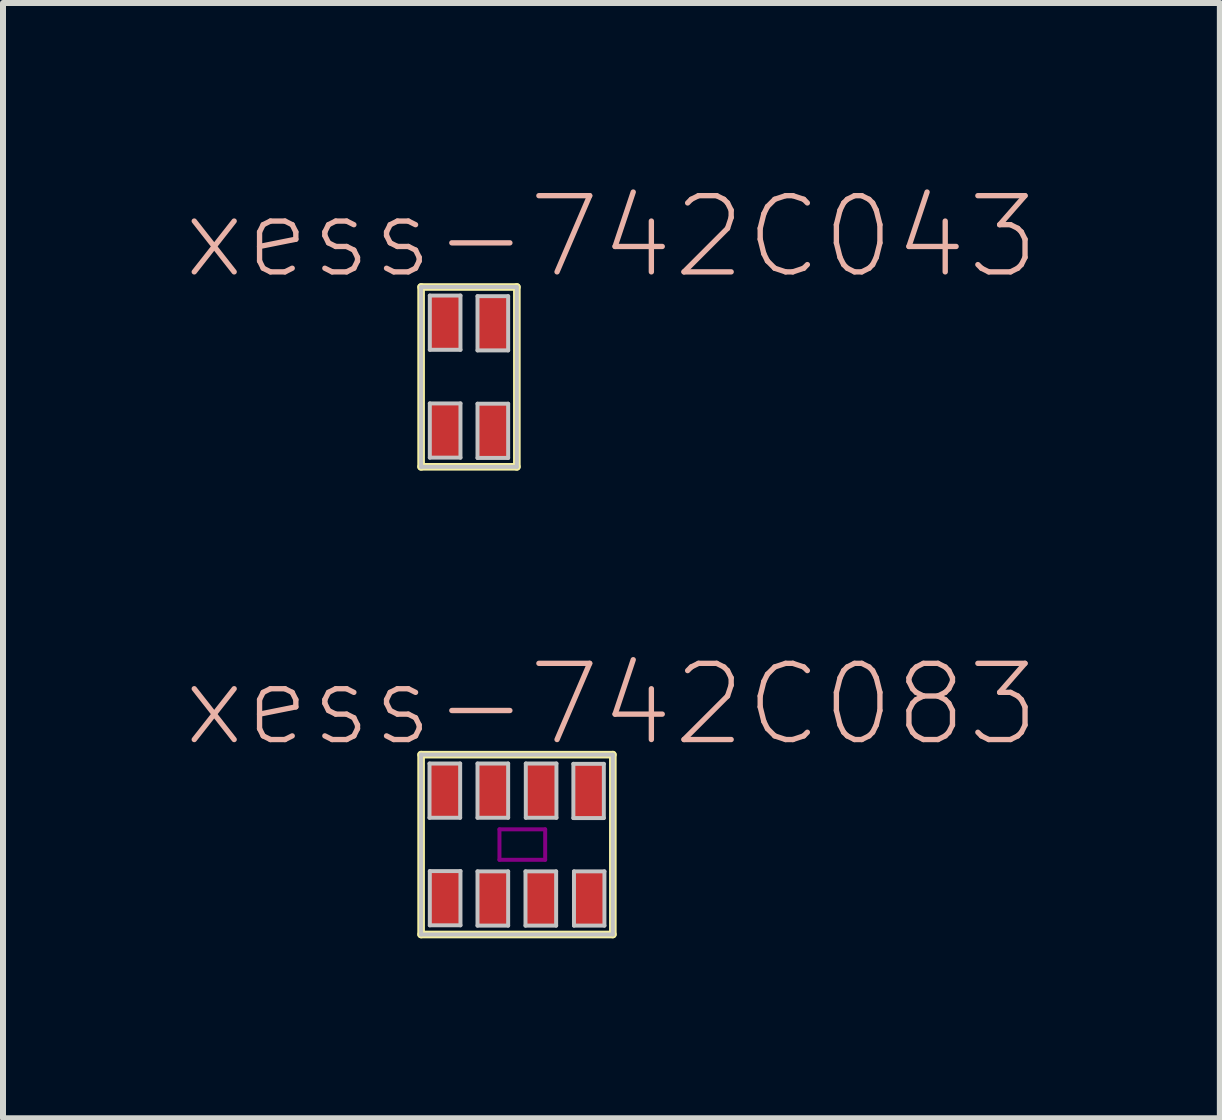
<source format=kicad_pcb>
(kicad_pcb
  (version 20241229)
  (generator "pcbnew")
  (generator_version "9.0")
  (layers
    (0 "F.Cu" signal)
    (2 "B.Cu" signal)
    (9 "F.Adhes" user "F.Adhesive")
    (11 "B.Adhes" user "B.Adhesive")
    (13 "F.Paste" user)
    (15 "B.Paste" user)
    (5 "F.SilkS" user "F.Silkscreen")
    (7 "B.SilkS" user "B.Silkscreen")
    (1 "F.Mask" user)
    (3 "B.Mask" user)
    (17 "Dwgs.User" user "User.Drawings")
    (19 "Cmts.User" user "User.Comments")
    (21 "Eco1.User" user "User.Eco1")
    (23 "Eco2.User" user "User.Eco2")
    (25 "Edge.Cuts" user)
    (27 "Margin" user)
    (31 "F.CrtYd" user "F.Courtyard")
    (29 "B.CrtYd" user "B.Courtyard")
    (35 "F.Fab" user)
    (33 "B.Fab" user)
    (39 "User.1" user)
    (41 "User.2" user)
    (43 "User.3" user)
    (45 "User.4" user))
  (footprint "xess-742C043"
    (layer "F.Cu")
    (at 4.768 3.233)
    (property "Reference" "xess-742C043" (at 2.375 -2.334 0) (layer "B.SilkS") (effects (font (size 1.27 1.27) (thickness 0.089))))
    (attr smd)
    (fp_line (start -0.798 -1.499) (end 0.798 -1.499) (stroke (width 0.127) (type solid)) (layer "F.SilkS"))
    (fp_line (start -0.798 1.499) (end -0.798 -1.499) (stroke (width 0.127) (type solid)) (layer "F.SilkS"))
    (fp_line (start 0.798 -1.499) (end 0.798 1.499) (stroke (width 0.127) (type solid)) (layer "F.SilkS"))
    (fp_line (start 0.798 1.499) (end -0.798 1.499) (stroke (width 0.127) (type solid)) (layer "F.SilkS"))
    (fp_line (start -0.798 -1.499) (end 0.798 -1.499) (stroke (width 0.066) (type solid)) (layer "Dwgs.User"))
    (fp_line (start -0.798 1.499) (end -0.798 -1.499) (stroke (width 0.066) (type solid)) (layer "Dwgs.User"))
    (fp_line (start -0.798 1.499) (end 0.798 1.499) (stroke (width 0.066) (type solid)) (layer "Dwgs.User"))
    (fp_line (start -0.653 -1.356) (end -0.142 -1.356) (stroke (width 0.066) (type solid)) (layer "Dwgs.User"))
    (fp_line (start -0.653 -0.452) (end -0.653 -1.356) (stroke (width 0.066) (type solid)) (layer "Dwgs.User"))
    (fp_line (start -0.653 -0.452) (end -0.142 -0.452) (stroke (width 0.066) (type solid)) (layer "Dwgs.User"))
    (fp_line (start -0.653 0.442) (end -0.142 0.442) (stroke (width 0.066) (type solid)) (layer "Dwgs.User"))
    (fp_line (start -0.653 1.346) (end -0.653 0.442) (stroke (width 0.066) (type solid)) (layer "Dwgs.User"))
    (fp_line (start -0.653 1.346) (end -0.142 1.346) (stroke (width 0.066) (type solid)) (layer "Dwgs.User"))
    (fp_line (start -0.142 -0.452) (end -0.142 -1.356) (stroke (width 0.066) (type solid)) (layer "Dwgs.User"))
    (fp_line (start -0.142 1.346) (end -0.142 0.442) (stroke (width 0.066) (type solid)) (layer "Dwgs.User"))
    (fp_line (start 0.142 -1.346) (end 0.653 -1.346) (stroke (width 0.066) (type solid)) (layer "Dwgs.User"))
    (fp_line (start 0.142 -0.442) (end 0.142 -1.346) (stroke (width 0.066) (type solid)) (layer "Dwgs.User"))
    (fp_line (start 0.142 -0.442) (end 0.653 -0.442) (stroke (width 0.066) (type solid)) (layer "Dwgs.User"))
    (fp_line (start 0.142 0.447) (end 0.653 0.447) (stroke (width 0.066) (type solid)) (layer "Dwgs.User"))
    (fp_line (start 0.142 1.351) (end 0.142 0.447) (stroke (width 0.066) (type solid)) (layer "Dwgs.User"))
    (fp_line (start 0.142 1.351) (end 0.653 1.351) (stroke (width 0.066) (type solid)) (layer "Dwgs.User"))
    (fp_line (start 0.653 -0.442) (end 0.653 -1.346) (stroke (width 0.066) (type solid)) (layer "Dwgs.User"))
    (fp_line (start 0.653 1.351) (end 0.653 0.447) (stroke (width 0.066) (type solid)) (layer "Dwgs.User"))
    (fp_line (start 0.798 1.499) (end 0.798 -1.499) (stroke (width 0.066) (type solid)) (layer "Dwgs.User"))
    (pad "1" smd rect (at -0.399 0.899) (size 0.498 0.899) (layers "F.Cu" "F.Mask" "F.Paste"))
    (pad "2" smd rect (at 0.399 0.899) (size 0.498 0.899) (layers "F.Cu" "F.Mask" "F.Paste"))
    (pad "3" smd rect (at 0.399 -0.899) (size 0.498 0.899) (layers "F.Cu" "F.Mask" "F.Paste"))
    (pad "4" smd rect (at -0.399 -0.899) (size 0.498 0.899) (layers "F.Cu" "F.Mask" "F.Paste")))
  (footprint "xess-742C083"
    (layer "F.Cu")
    (at 4.768 11.029)
    (property "Reference" "xess-742C083" (at 2.375 -2.334 0) (layer "B.SilkS") (effects (font (size 1.27 1.27) (thickness 0.089))))
    (attr smd)
    (fp_line (start -0.798 -1.499) (end 2.398 -1.499) (stroke (width 0.127) (type solid)) (layer "F.SilkS"))
    (fp_line (start -0.798 1.499) (end -0.798 -1.499) (stroke (width 0.127) (type solid)) (layer "F.SilkS"))
    (fp_line (start 2.398 -1.499) (end 2.398 1.499) (stroke (width 0.127) (type solid)) (layer "F.SilkS"))
    (fp_line (start 2.398 1.499) (end -0.798 1.499) (stroke (width 0.127) (type solid)) (layer "F.SilkS"))
    (fp_line (start 0.508 -0.254) (end 1.27 -0.254) (stroke (width 0.066) (type solid)) (layer "F.Adhes"))
    (fp_line (start 0.508 0.254) (end 0.508 -0.254) (stroke (width 0.066) (type solid)) (layer "F.Adhes"))
    (fp_line (start 0.508 0.254) (end 1.27 0.254) (stroke (width 0.066) (type solid)) (layer "F.Adhes"))
    (fp_line (start 1.27 0.254) (end 1.27 -0.254) (stroke (width 0.066) (type solid)) (layer "F.Adhes"))
    (fp_line (start -0.798 -1.499) (end 2.398 -1.499) (stroke (width 0.066) (type solid)) (layer "Dwgs.User"))
    (fp_line (start -0.798 1.499) (end -0.798 -1.499) (stroke (width 0.066) (type solid)) (layer "Dwgs.User"))
    (fp_line (start -0.798 1.499) (end 2.398 1.499) (stroke (width 0.066) (type solid)) (layer "Dwgs.User"))
    (fp_line (start -0.658 -1.351) (end -0.147 -1.351) (stroke (width 0.066) (type solid)) (layer "Dwgs.User"))
    (fp_line (start -0.658 -0.447) (end -0.658 -1.351) (stroke (width 0.066) (type solid)) (layer "Dwgs.User"))
    (fp_line (start -0.658 -0.447) (end -0.147 -0.447) (stroke (width 0.066) (type solid)) (layer "Dwgs.User"))
    (fp_line (start -0.653 0.442) (end -0.142 0.442) (stroke (width 0.066) (type solid)) (layer "Dwgs.User"))
    (fp_line (start -0.653 1.346) (end -0.653 0.442) (stroke (width 0.066) (type solid)) (layer "Dwgs.User"))
    (fp_line (start -0.653 1.346) (end -0.142 1.346) (stroke (width 0.066) (type solid)) (layer "Dwgs.User"))
    (fp_line (start -0.147 -0.447) (end -0.147 -1.351) (stroke (width 0.066) (type solid)) (layer "Dwgs.User"))
    (fp_line (start -0.142 1.346) (end -0.142 0.442) (stroke (width 0.066) (type solid)) (layer "Dwgs.User"))
    (fp_line (start 0.142 -1.351) (end 0.653 -1.351) (stroke (width 0.066) (type solid)) (layer "Dwgs.User"))
    (fp_line (start 0.142 -0.447) (end 0.142 -1.351) (stroke (width 0.066) (type solid)) (layer "Dwgs.User"))
    (fp_line (start 0.142 -0.447) (end 0.653 -0.447) (stroke (width 0.066) (type solid)) (layer "Dwgs.User"))
    (fp_line (start 0.142 0.447) (end 0.653 0.447) (stroke (width 0.066) (type solid)) (layer "Dwgs.User"))
    (fp_line (start 0.142 1.351) (end 0.142 0.447) (stroke (width 0.066) (type solid)) (layer "Dwgs.User"))
    (fp_line (start 0.142 1.351) (end 0.653 1.351) (stroke (width 0.066) (type solid)) (layer "Dwgs.User"))
    (fp_line (start 0.653 -0.447) (end 0.653 -1.351) (stroke (width 0.066) (type solid)) (layer "Dwgs.User"))
    (fp_line (start 0.653 1.351) (end 0.653 0.447) (stroke (width 0.066) (type solid)) (layer "Dwgs.User"))
    (fp_line (start 0.942 0.447) (end 1.453 0.447) (stroke (width 0.066) (type solid)) (layer "Dwgs.User"))
    (fp_line (start 0.942 1.351) (end 0.942 0.447) (stroke (width 0.066) (type solid)) (layer "Dwgs.User"))
    (fp_line (start 0.942 1.351) (end 1.453 1.351) (stroke (width 0.066) (type solid)) (layer "Dwgs.User"))
    (fp_line (start 0.947 -1.351) (end 1.458 -1.351) (stroke (width 0.066) (type solid)) (layer "Dwgs.User"))
    (fp_line (start 0.947 -0.447) (end 0.947 -1.351) (stroke (width 0.066) (type solid)) (layer "Dwgs.User"))
    (fp_line (start 0.947 -0.447) (end 1.458 -0.447) (stroke (width 0.066) (type solid)) (layer "Dwgs.User"))
    (fp_line (start 1.453 1.351) (end 1.453 0.447) (stroke (width 0.066) (type solid)) (layer "Dwgs.User"))
    (fp_line (start 1.458 -0.447) (end 1.458 -1.351) (stroke (width 0.066) (type solid)) (layer "Dwgs.User"))
    (fp_line (start 1.74 -1.346) (end 2.248 -1.346) (stroke (width 0.066) (type solid)) (layer "Dwgs.User"))
    (fp_line (start 1.74 -0.442) (end 1.74 -1.346) (stroke (width 0.066) (type solid)) (layer "Dwgs.User"))
    (fp_line (start 1.74 -0.442) (end 2.248 -0.442) (stroke (width 0.066) (type solid)) (layer "Dwgs.User"))
    (fp_line (start 1.75 0.447) (end 2.258 0.447) (stroke (width 0.066) (type solid)) (layer "Dwgs.User"))
    (fp_line (start 1.75 1.351) (end 1.75 0.447) (stroke (width 0.066) (type solid)) (layer "Dwgs.User"))
    (fp_line (start 1.75 1.351) (end 2.258 1.351) (stroke (width 0.066) (type solid)) (layer "Dwgs.User"))
    (fp_line (start 2.248 -0.442) (end 2.248 -1.346) (stroke (width 0.066) (type solid)) (layer "Dwgs.User"))
    (fp_line (start 2.258 1.351) (end 2.258 0.447) (stroke (width 0.066) (type solid)) (layer "Dwgs.User"))
    (fp_line (start 2.398 1.499) (end 2.398 -1.499) (stroke (width 0.066) (type solid)) (layer "Dwgs.User"))
    (pad "1" smd rect (at -0.399 0.899) (size 0.498 0.899) (layers "F.Cu" "F.Mask" "F.Paste"))
    (pad "2" smd rect (at 0.399 0.899) (size 0.498 0.899) (layers "F.Cu" "F.Mask" "F.Paste"))
    (pad "3" smd rect (at 1.199 0.899) (size 0.498 0.899) (layers "F.Cu" "F.Mask" "F.Paste"))
    (pad "4" smd rect (at 1.999 0.899) (size 0.498 0.899) (layers "F.Cu" "F.Mask" "F.Paste"))
    (pad "5" smd rect (at 1.999 -0.899) (size 0.498 0.899) (layers "F.Cu" "F.Mask" "F.Paste"))
    (pad "6" smd rect (at 1.199 -0.899) (size 0.498 0.899) (layers "F.Cu" "F.Mask" "F.Paste"))
    (pad "7" smd rect (at 0.399 -0.899) (size 0.498 0.899) (layers "F.Cu" "F.Mask" "F.Paste"))
    (pad "8" smd rect (at -0.399 -0.899) (size 0.498 0.899) (layers "F.Cu" "F.Mask" "F.Paste")))
  (gr_rect
    (start -3 -3)
    (end 17.285 15.591)
    (stroke (width 0.1) (type default))
    (fill no)
    (layer "Edge.Cuts")))
</source>
